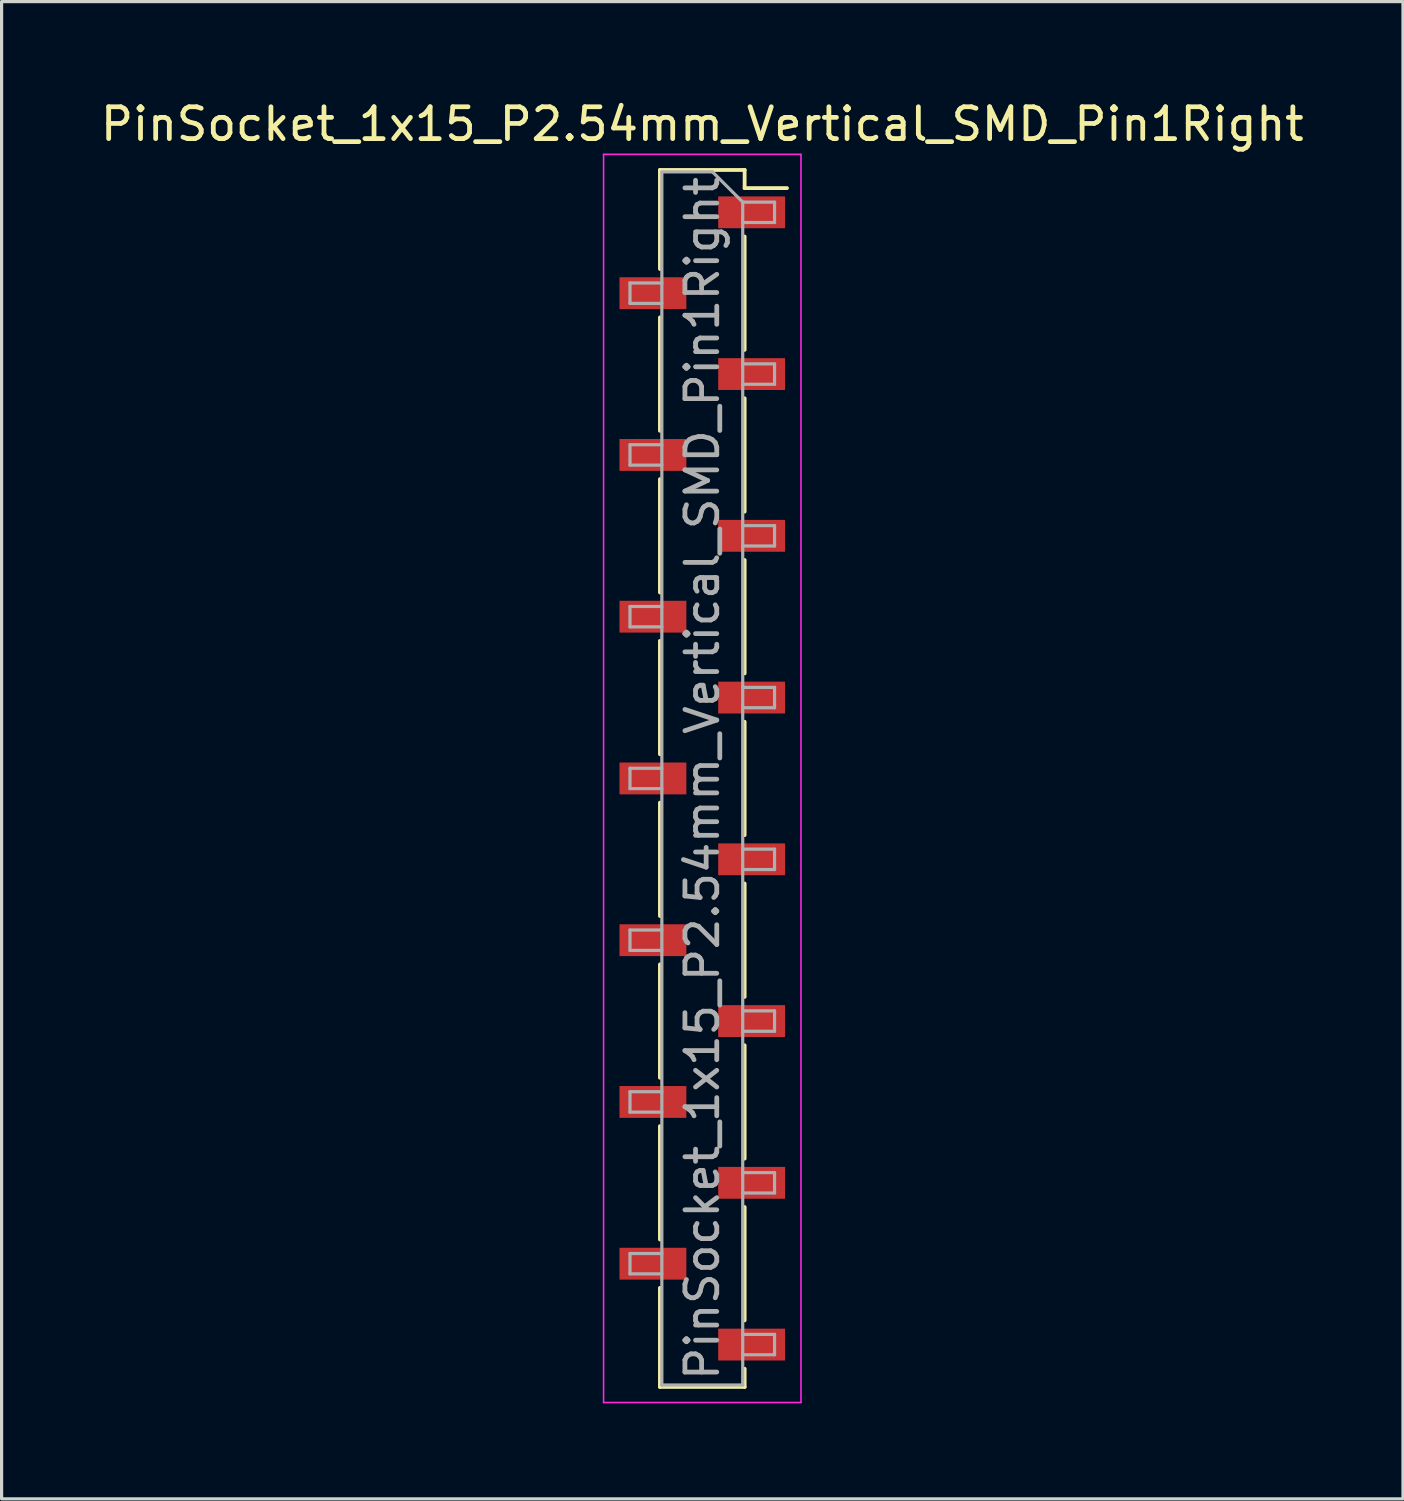
<source format=kicad_pcb>
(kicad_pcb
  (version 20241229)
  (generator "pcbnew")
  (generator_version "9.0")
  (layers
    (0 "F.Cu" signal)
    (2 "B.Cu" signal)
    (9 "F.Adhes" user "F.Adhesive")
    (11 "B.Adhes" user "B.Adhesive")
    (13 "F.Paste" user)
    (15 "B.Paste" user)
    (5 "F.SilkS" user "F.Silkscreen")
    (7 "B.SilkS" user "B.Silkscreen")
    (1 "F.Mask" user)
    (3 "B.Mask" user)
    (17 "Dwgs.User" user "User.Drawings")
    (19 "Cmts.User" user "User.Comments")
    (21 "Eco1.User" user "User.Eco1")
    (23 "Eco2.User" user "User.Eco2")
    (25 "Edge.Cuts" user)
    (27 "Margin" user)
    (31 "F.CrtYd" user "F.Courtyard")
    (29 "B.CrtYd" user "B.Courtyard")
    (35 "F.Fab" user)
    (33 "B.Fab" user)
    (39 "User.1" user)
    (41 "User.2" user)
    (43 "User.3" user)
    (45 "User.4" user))
  (footprint "PinSocket_1x15_P2.54mm_Vertical_SMD_Pin1Right"
    (layer "F.Cu")
    (at 19.006 21.398)
    (property "Reference" "PinSocket_1x15_P2.54mm_Vertical_SMD_Pin1Right" (at 0 -20.55 0) (layer "F.SilkS") (effects (font (size 1 1) (thickness 0.15))))
    (attr smd)
    (fp_line (start -1.33 -19.11) (end -1.33 -16) (stroke (width 0.12) (type solid)) (layer "F.SilkS"))
    (fp_line (start -1.33 -19.11) (end 1.33 -19.11) (stroke (width 0.12) (type solid)) (layer "F.SilkS"))
    (fp_line (start -1.33 -14.48) (end -1.33 -10.92) (stroke (width 0.12) (type solid)) (layer "F.SilkS"))
    (fp_line (start -1.33 -9.4) (end -1.33 -5.84) (stroke (width 0.12) (type solid)) (layer "F.SilkS"))
    (fp_line (start -1.33 -4.32) (end -1.33 -0.76) (stroke (width 0.12) (type solid)) (layer "F.SilkS"))
    (fp_line (start -1.33 0.76) (end -1.33 4.32) (stroke (width 0.12) (type solid)) (layer "F.SilkS"))
    (fp_line (start -1.33 5.84) (end -1.33 9.4) (stroke (width 0.12) (type solid)) (layer "F.SilkS"))
    (fp_line (start -1.33 10.92) (end -1.33 14.48) (stroke (width 0.12) (type solid)) (layer "F.SilkS"))
    (fp_line (start -1.33 16) (end -1.33 19.11) (stroke (width 0.12) (type solid)) (layer "F.SilkS"))
    (fp_line (start 1.33 -19.11) (end 1.33 -18.54) (stroke (width 0.12) (type solid)) (layer "F.SilkS"))
    (fp_line (start 1.33 -18.54) (end 2.66 -18.54) (stroke (width 0.12) (type solid)) (layer "F.SilkS"))
    (fp_line (start 1.33 -17.02) (end 1.33 -13.46) (stroke (width 0.12) (type solid)) (layer "F.SilkS"))
    (fp_line (start 1.33 -11.94) (end 1.33 -8.38) (stroke (width 0.12) (type solid)) (layer "F.SilkS"))
    (fp_line (start 1.33 -6.86) (end 1.33 -3.3) (stroke (width 0.12) (type solid)) (layer "F.SilkS"))
    (fp_line (start 1.33 -1.78) (end 1.33 1.78) (stroke (width 0.12) (type solid)) (layer "F.SilkS"))
    (fp_line (start 1.33 3.3) (end 1.33 6.86) (stroke (width 0.12) (type solid)) (layer "F.SilkS"))
    (fp_line (start 1.33 8.38) (end 1.33 11.94) (stroke (width 0.12) (type solid)) (layer "F.SilkS"))
    (fp_line (start 1.33 13.46) (end 1.33 17.02) (stroke (width 0.12) (type solid)) (layer "F.SilkS"))
    (fp_line (start 1.33 18.54) (end 1.33 19.11) (stroke (width 0.12) (type solid)) (layer "F.SilkS"))
    (fp_line (start 1.33 19.11) (end -1.33 19.11) (stroke (width 0.12) (type solid)) (layer "F.SilkS"))
    (fp_line (start -3.1 -19.6) (end 3.1 -19.6) (stroke (width 0.05) (type solid)) (layer "F.CrtYd"))
    (fp_line (start -3.1 19.6) (end -3.1 -19.6) (stroke (width 0.05) (type solid)) (layer "F.CrtYd"))
    (fp_line (start 3.1 -19.6) (end 3.1 19.6) (stroke (width 0.05) (type solid)) (layer "F.CrtYd"))
    (fp_line (start 3.1 19.6) (end -3.1 19.6) (stroke (width 0.05) (type solid)) (layer "F.CrtYd"))
    (fp_line (start -2.27 -15.56) (end -1.27 -15.56) (stroke (width 0.1) (type solid)) (layer "F.Fab"))
    (fp_line (start -2.27 -14.92) (end -2.27 -15.56) (stroke (width 0.1) (type solid)) (layer "F.Fab"))
    (fp_line (start -2.27 -10.48) (end -1.27 -10.48) (stroke (width 0.1) (type solid)) (layer "F.Fab"))
    (fp_line (start -2.27 -9.84) (end -2.27 -10.48) (stroke (width 0.1) (type solid)) (layer "F.Fab"))
    (fp_line (start -2.27 -5.4) (end -1.27 -5.4) (stroke (width 0.1) (type solid)) (layer "F.Fab"))
    (fp_line (start -2.27 -4.76) (end -2.27 -5.4) (stroke (width 0.1) (type solid)) (layer "F.Fab"))
    (fp_line (start -2.27 -0.32) (end -1.27 -0.32) (stroke (width 0.1) (type solid)) (layer "F.Fab"))
    (fp_line (start -2.27 0.32) (end -2.27 -0.32) (stroke (width 0.1) (type solid)) (layer "F.Fab"))
    (fp_line (start -2.27 4.76) (end -1.27 4.76) (stroke (width 0.1) (type solid)) (layer "F.Fab"))
    (fp_line (start -2.27 5.4) (end -2.27 4.76) (stroke (width 0.1) (type solid)) (layer "F.Fab"))
    (fp_line (start -2.27 9.84) (end -1.27 9.84) (stroke (width 0.1) (type solid)) (layer "F.Fab"))
    (fp_line (start -2.27 10.48) (end -2.27 9.84) (stroke (width 0.1) (type solid)) (layer "F.Fab"))
    (fp_line (start -2.27 14.92) (end -1.27 14.92) (stroke (width 0.1) (type solid)) (layer "F.Fab"))
    (fp_line (start -2.27 15.56) (end -2.27 14.92) (stroke (width 0.1) (type solid)) (layer "F.Fab"))
    (fp_line (start -1.27 -19.05) (end 0.32 -19.05) (stroke (width 0.1) (type solid)) (layer "F.Fab"))
    (fp_line (start -1.27 -14.92) (end -2.27 -14.92) (stroke (width 0.1) (type solid)) (layer "F.Fab"))
    (fp_line (start -1.27 -9.84) (end -2.27 -9.84) (stroke (width 0.1) (type solid)) (layer "F.Fab"))
    (fp_line (start -1.27 -4.76) (end -2.27 -4.76) (stroke (width 0.1) (type solid)) (layer "F.Fab"))
    (fp_line (start -1.27 0.32) (end -2.27 0.32) (stroke (width 0.1) (type solid)) (layer "F.Fab"))
    (fp_line (start -1.27 5.4) (end -2.27 5.4) (stroke (width 0.1) (type solid)) (layer "F.Fab"))
    (fp_line (start -1.27 10.48) (end -2.27 10.48) (stroke (width 0.1) (type solid)) (layer "F.Fab"))
    (fp_line (start -1.27 15.56) (end -2.27 15.56) (stroke (width 0.1) (type solid)) (layer "F.Fab"))
    (fp_line (start -1.27 19.05) (end -1.27 -19.05) (stroke (width 0.1) (type solid)) (layer "F.Fab"))
    (fp_line (start 0.32 -19.05) (end 1.27 -18.1) (stroke (width 0.1) (type solid)) (layer "F.Fab"))
    (fp_line (start 1.27 -18.1) (end 1.27 19.05) (stroke (width 0.1) (type solid)) (layer "F.Fab"))
    (fp_line (start 1.27 -18.1) (end 2.27 -18.1) (stroke (width 0.1) (type solid)) (layer "F.Fab"))
    (fp_line (start 1.27 -13.02) (end 2.27 -13.02) (stroke (width 0.1) (type solid)) (layer "F.Fab"))
    (fp_line (start 1.27 -7.94) (end 2.27 -7.94) (stroke (width 0.1) (type solid)) (layer "F.Fab"))
    (fp_line (start 1.27 -2.86) (end 2.27 -2.86) (stroke (width 0.1) (type solid)) (layer "F.Fab"))
    (fp_line (start 1.27 2.22) (end 2.27 2.22) (stroke (width 0.1) (type solid)) (layer "F.Fab"))
    (fp_line (start 1.27 7.3) (end 2.27 7.3) (stroke (width 0.1) (type solid)) (layer "F.Fab"))
    (fp_line (start 1.27 12.38) (end 2.27 12.38) (stroke (width 0.1) (type solid)) (layer "F.Fab"))
    (fp_line (start 1.27 17.46) (end 2.27 17.46) (stroke (width 0.1) (type solid)) (layer "F.Fab"))
    (fp_line (start 1.27 19.05) (end -1.27 19.05) (stroke (width 0.1) (type solid)) (layer "F.Fab"))
    (fp_line (start 2.27 -18.1) (end 2.27 -17.46) (stroke (width 0.1) (type solid)) (layer "F.Fab"))
    (fp_line (start 2.27 -17.46) (end 1.27 -17.46) (stroke (width 0.1) (type solid)) (layer "F.Fab"))
    (fp_line (start 2.27 -13.02) (end 2.27 -12.38) (stroke (width 0.1) (type solid)) (layer "F.Fab"))
    (fp_line (start 2.27 -12.38) (end 1.27 -12.38) (stroke (width 0.1) (type solid)) (layer "F.Fab"))
    (fp_line (start 2.27 -7.94) (end 2.27 -7.3) (stroke (width 0.1) (type solid)) (layer "F.Fab"))
    (fp_line (start 2.27 -7.3) (end 1.27 -7.3) (stroke (width 0.1) (type solid)) (layer "F.Fab"))
    (fp_line (start 2.27 -2.86) (end 2.27 -2.22) (stroke (width 0.1) (type solid)) (layer "F.Fab"))
    (fp_line (start 2.27 -2.22) (end 1.27 -2.22) (stroke (width 0.1) (type solid)) (layer "F.Fab"))
    (fp_line (start 2.27 2.22) (end 2.27 2.86) (stroke (width 0.1) (type solid)) (layer "F.Fab"))
    (fp_line (start 2.27 2.86) (end 1.27 2.86) (stroke (width 0.1) (type solid)) (layer "F.Fab"))
    (fp_line (start 2.27 7.3) (end 2.27 7.94) (stroke (width 0.1) (type solid)) (layer "F.Fab"))
    (fp_line (start 2.27 7.94) (end 1.27 7.94) (stroke (width 0.1) (type solid)) (layer "F.Fab"))
    (fp_line (start 2.27 12.38) (end 2.27 13.02) (stroke (width 0.1) (type solid)) (layer "F.Fab"))
    (fp_line (start 2.27 13.02) (end 1.27 13.02) (stroke (width 0.1) (type solid)) (layer "F.Fab"))
    (fp_line (start 2.27 17.46) (end 2.27 18.1) (stroke (width 0.1) (type solid)) (layer "F.Fab"))
    (fp_line (start 2.27 18.1) (end 1.27 18.1) (stroke (width 0.1) (type solid)) (layer "F.Fab"))
    (fp_text user "${REFERENCE}" (at 0 0 90) (layer "F.Fab") (effects (font (size 1 1) (thickness 0.15))))
    (pad "1" smd rect (at 1.55 -17.78) (size 2.1 1) (layers "F.Cu" "F.Mask" "F.Paste"))
    (pad "2" smd rect (at -1.55 -15.24) (size 2.1 1) (layers "F.Cu" "F.Mask" "F.Paste"))
    (pad "3" smd rect (at 1.55 -12.7) (size 2.1 1) (layers "F.Cu" "F.Mask" "F.Paste"))
    (pad "4" smd rect (at -1.55 -10.16) (size 2.1 1) (layers "F.Cu" "F.Mask" "F.Paste"))
    (pad "5" smd rect (at 1.55 -7.62) (size 2.1 1) (layers "F.Cu" "F.Mask" "F.Paste"))
    (pad "6" smd rect (at -1.55 -5.08) (size 2.1 1) (layers "F.Cu" "F.Mask" "F.Paste"))
    (pad "7" smd rect (at 1.55 -2.54) (size 2.1 1) (layers "F.Cu" "F.Mask" "F.Paste"))
    (pad "8" smd rect (at -1.55 0) (size 2.1 1) (layers "F.Cu" "F.Mask" "F.Paste"))
    (pad "9" smd rect (at 1.55 2.54) (size 2.1 1) (layers "F.Cu" "F.Mask" "F.Paste"))
    (pad "10" smd rect (at -1.55 5.08) (size 2.1 1) (layers "F.Cu" "F.Mask" "F.Paste"))
    (pad "11" smd rect (at 1.55 7.62) (size 2.1 1) (layers "F.Cu" "F.Mask" "F.Paste"))
    (pad "12" smd rect (at -1.55 10.16) (size 2.1 1) (layers "F.Cu" "F.Mask" "F.Paste"))
    (pad "13" smd rect (at 1.55 12.7) (size 2.1 1) (layers "F.Cu" "F.Mask" "F.Paste"))
    (pad "14" smd rect (at -1.55 15.24) (size 2.1 1) (layers "F.Cu" "F.Mask" "F.Paste"))
    (pad "15" smd rect (at 1.55 17.78) (size 2.1 1) (layers "F.Cu" "F.Mask" "F.Paste")))
  (gr_rect
    (start -3 -3)
    (end 41.012 44.023)
    (stroke (width 0.1) (type default))
    (fill no)
    (layer "Edge.Cuts")))
</source>
